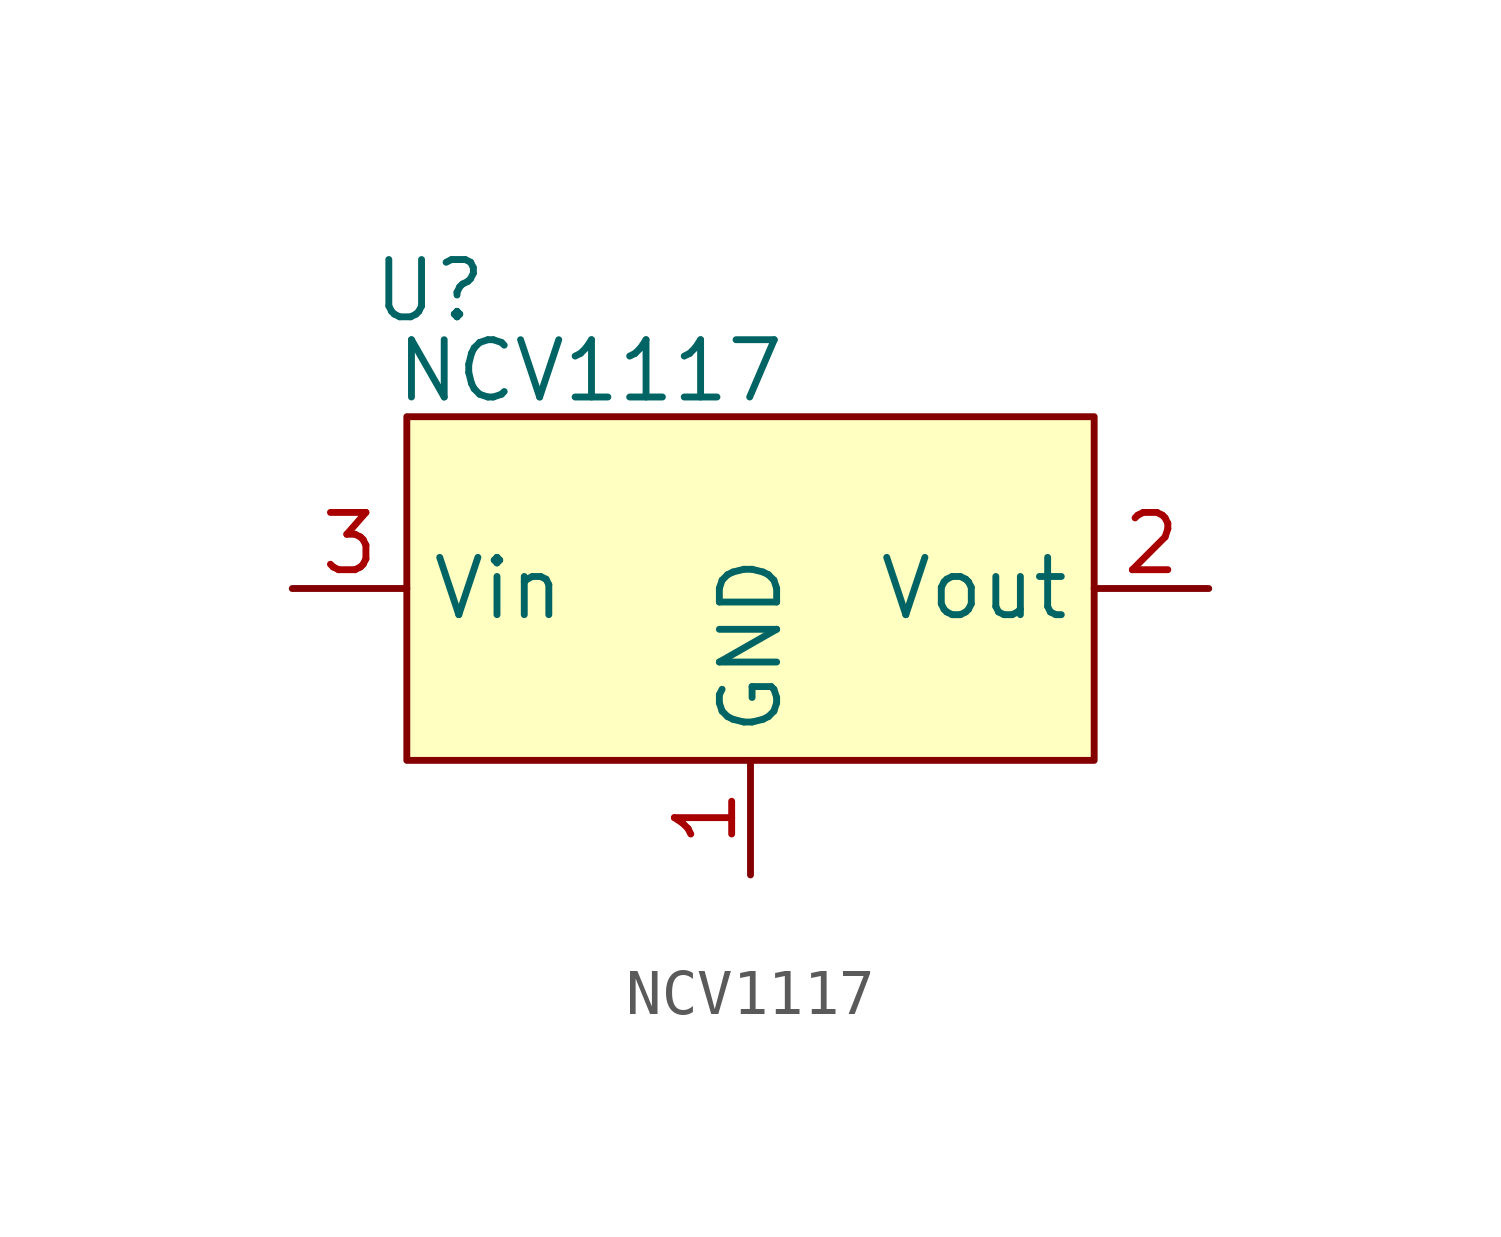
<source format=kicad_sym>
(kicad_symbol_lib
  (version 20231120)
  (generator "kicad_symbol_editor")
  (generator_version "8.0")
  (symbol "NCV1117"
    (property "Reference" "U"
      (at -7.112 6.604 0)
      (effects (font (size 1.27 1.27))))
    (property "Value" "NCV1117"
      (at -3.556 4.826 0)
      (effects (font (size 1.27 1.27))))
    (symbol "NCV1117_0_1"
      (rectangle (start -7.62 3.81) (end 7.62 -3.81) (stroke (width 0) (type default)) (fill (type background))))
    (symbol "NCV1117_1_1"
      (pin input line (at 0 -6.35 90) (length 2.54) (name "GND" (effects (font (size 1.27 1.27)))) (number "1" (effects (font (size 1.27 1.27)))))
      (pin output line (at 10.16 0 180) (length 2.54) (name "Vout" (effects (font (size 1.27 1.27)))) (number "2" (effects (font (size 1.27 1.27)))))
      (pin input line (at -10.16 0 0) (length 2.54) (name "Vin" (effects (font (size 1.27 1.27)))) (number "3" (effects (font (size 1.27 1.27)))))
      (pin passive line (at 10.16 0 180) (length 2.54) hide (name "Vout" (effects (font (size 1.27 1.27)))) (number "4" (effects (font (size 1.27 1.27))))))))
</source>
